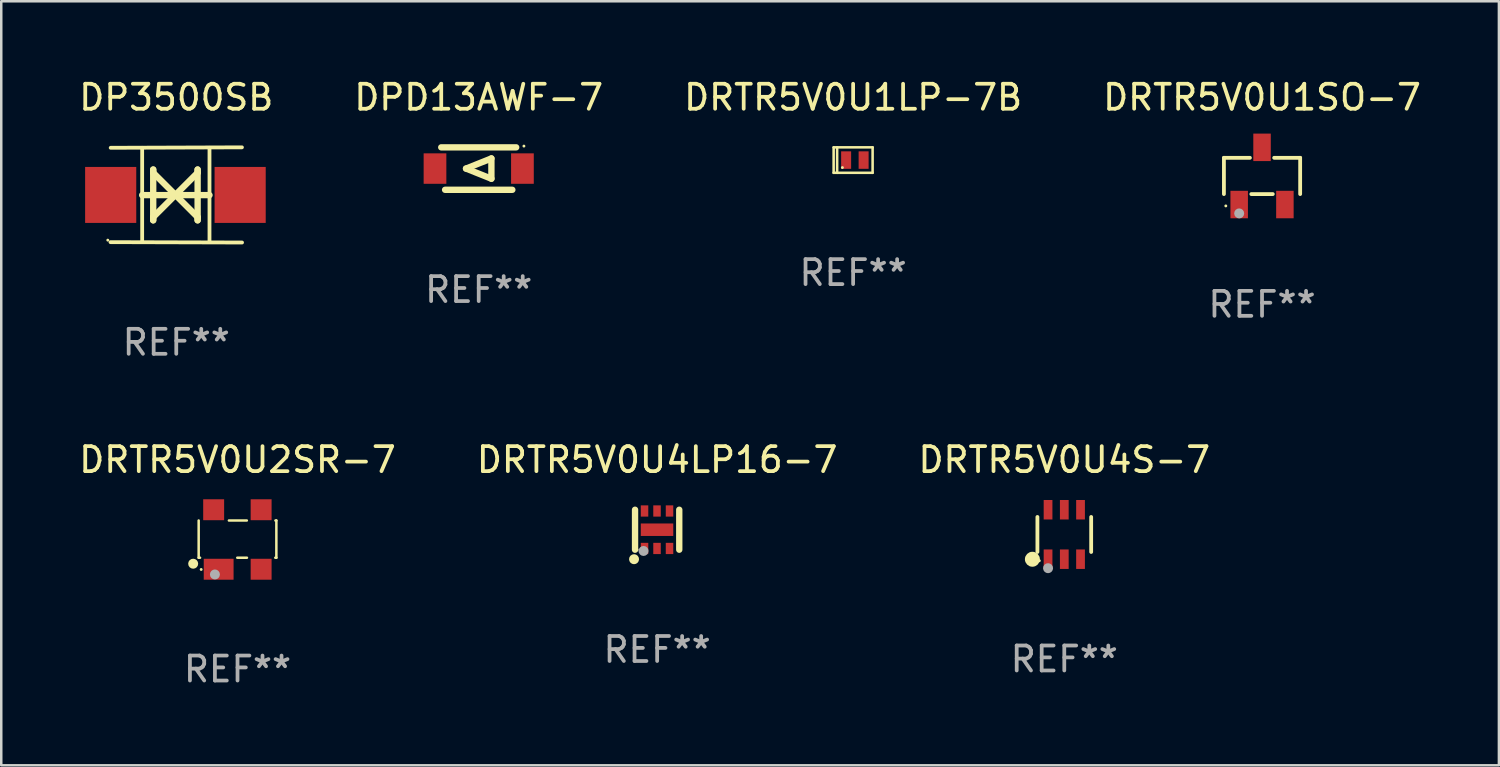
<source format=kicad_pcb>
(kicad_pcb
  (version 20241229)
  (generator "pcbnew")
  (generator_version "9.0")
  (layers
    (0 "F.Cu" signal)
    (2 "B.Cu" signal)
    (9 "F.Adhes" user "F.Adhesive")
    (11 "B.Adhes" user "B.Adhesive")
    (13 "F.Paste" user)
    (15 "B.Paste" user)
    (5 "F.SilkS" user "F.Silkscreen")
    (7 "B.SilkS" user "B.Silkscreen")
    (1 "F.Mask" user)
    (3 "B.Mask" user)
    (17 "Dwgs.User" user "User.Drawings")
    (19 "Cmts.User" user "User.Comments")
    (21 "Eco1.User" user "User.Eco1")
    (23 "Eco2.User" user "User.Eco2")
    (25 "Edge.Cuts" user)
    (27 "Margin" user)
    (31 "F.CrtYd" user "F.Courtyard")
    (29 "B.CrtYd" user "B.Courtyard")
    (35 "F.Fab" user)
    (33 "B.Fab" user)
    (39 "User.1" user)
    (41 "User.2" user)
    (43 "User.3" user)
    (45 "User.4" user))
  (footprint "DRTR5V0U4S-7"
    (layer "F.Cu")
    (at 39.554 18.345)
    (property "Reference" "DRTR5V0U4S-7" (at 0 -2.99 0) (layer "F.SilkS") (effects (font (size 1 1) (thickness 0.15))))
    (attr through_hole)
    (fp_line (start -1.076 0.701) (end -1.076 -0.701) (stroke (width 0.152) (type solid)) (layer "F.SilkS"))
    (fp_line (start 1.076 0.701) (end 1.076 -0.701) (stroke (width 0.152) (type solid)) (layer "F.SilkS"))
    (fp_circle (center -1.277 0.992) (end -1.127 0.992) (stroke (width 0.3) (type solid)) (fill no) (layer "F.SilkS"))
    (fp_circle (center -1 1.05) (end -0.97 1.05) (stroke (width 0.06) (type solid)) (fill no) (layer "F.SilkS"))
    (fp_circle (center -0.65 1.35) (end -0.55 1.35) (stroke (width 0.2) (type solid)) (fill no) (layer "F.Fab"))
    (fp_text user "REF**" (at 0 4.99 0) (layer "F.Fab") (effects (font (size 1 1) (thickness 0.15))))
    (pad "1" smd rect (at -0.65 0.99) (size 0.35 0.78) (layers "F.Cu" "F.Mask" "F.Paste"))
    (pad "2" smd rect (at 0 0.99) (size 0.35 0.78) (layers "F.Cu" "F.Mask" "F.Paste"))
    (pad "3" smd rect (at 0.65 0.99) (size 0.35 0.78) (layers "F.Cu" "F.Mask" "F.Paste"))
    (pad "4" smd rect (at 0.65 -0.99) (size 0.35 0.78) (layers "F.Cu" "F.Mask" "F.Paste"))
    (pad "5" smd rect (at 0 -0.99) (size 0.35 0.78) (layers "F.Cu" "F.Mask" "F.Paste"))
    (pad "6" smd rect (at -0.65 -0.99) (size 0.35 0.78) (layers "F.Cu" "F.Mask" "F.Paste")))
  (footprint "DRTR5V0U1SO-7"
    (layer "F.Cu")
    (at 47.47 3.993)
    (property "Reference" "DRTR5V0U1SO-7" (at 0 -3.145 0) (layer "F.SilkS") (effects (font (size 1 1) (thickness 0.15))))
    (attr through_hole)
    (fp_line (start -1.526 -0.726) (end -0.485 -0.726) (stroke (width 0.152) (type solid)) (layer "F.SilkS"))
    (fp_line (start -1.526 0.726) (end -1.526 -0.726) (stroke (width 0.152) (type solid)) (layer "F.SilkS"))
    (fp_line (start 0.43 0.726) (end -0.43 0.726) (stroke (width 0.152) (type solid)) (layer "F.SilkS"))
    (fp_line (start 1.526 -0.726) (end 0.485 -0.726) (stroke (width 0.152) (type solid)) (layer "F.SilkS"))
    (fp_line (start 1.526 0.726) (end 1.526 -0.726) (stroke (width 0.152) (type solid)) (layer "F.SilkS"))
    (fp_circle (center -1.45 1.2) (end -1.42 1.2) (stroke (width 0.06) (type solid)) (fill no) (layer "F.SilkS"))
    (fp_circle (center -0.915 1.5) (end -0.815 1.5) (stroke (width 0.2) (type solid)) (fill no) (layer "F.Fab"))
    (fp_text user "REF**" (at 0 5.145 0) (layer "F.Fab") (effects (font (size 1 1) (thickness 0.15))))
    (pad "1" smd rect (at -0.915 1.145) (size 0.7 1.1) (layers "F.Cu" "F.Mask" "F.Paste"))
    (pad "2" smd rect (at 0.915 1.145) (size 0.7 1.1) (layers "F.Cu" "F.Mask" "F.Paste"))
    (pad "3" smd rect (at 0.000127 -1.145) (size 0.7 1.1) (layers "F.Cu" "F.Mask" "F.Paste")))
  (footprint "DRTR5V0U4LP16-7"
    (layer "F.Cu")
    (at 23.256 18.155)
    (property "Reference" "DRTR5V0U4LP16-7" (at 0 -2.8 0) (layer "F.SilkS") (effects (font (size 1 1) (thickness 0.15))))
    (attr through_hole)
    (fp_line (start -0.885 0.8) (end -0.885 -0.8) (stroke (width 0.254) (type solid)) (layer "F.SilkS"))
    (fp_line (start 0.885 0.8) (end 0.885 -0.8) (stroke (width 0.254) (type solid)) (layer "F.SilkS"))
    (fp_circle (center -0.925 1.18) (end -0.825 1.18) (stroke (width 0.2) (type solid)) (fill no) (layer "F.SilkS"))
    (fp_circle (center -0.805 0.8) (end -0.775 0.8) (stroke (width 0.06) (type solid)) (fill no) (layer "F.SilkS"))
    (fp_circle (center -0.545 0.85) (end -0.445 0.85) (stroke (width 0.2) (type solid)) (fill no) (layer "F.Fab"))
    (fp_text user "REF**" (at 0 4.8 0) (layer "F.Fab") (effects (font (size 1 1) (thickness 0.15))))
    (pad "1" smd rect (at -0.505 0.75 90) (size 0.45 0.3) (layers "F.Cu" "F.Mask" "F.Paste"))
    (pad "2" smd rect (at -0.005 0.75 90) (size 0.45 0.3) (layers "F.Cu" "F.Mask" "F.Paste"))
    (pad "3" smd rect (at 0.495 0.75 90) (size 0.45 0.3) (layers "F.Cu" "F.Mask" "F.Paste"))
    (pad "4" smd rect (at 0.495 -0.75 90) (size 0.45 0.3) (layers "F.Cu" "F.Mask" "F.Paste"))
    (pad "5" smd rect (at -0.005 -0.75 90) (size 0.45 0.3) (layers "F.Cu" "F.Mask" "F.Paste"))
    (pad "6" smd rect (at -0.505 -0.75 90) (size 0.45 0.3) (layers "F.Cu" "F.Mask" "F.Paste"))
    (pad "7" smd rect (at -0.005 -0.000114 180) (size 1.3 0.5) (layers "F.Cu" "F.Mask" "F.Paste")))
  (footprint "DRTR5V0U1LP-7B"
    (layer "F.Cu")
    (at 31.101 3.358)
    (property "Reference" "DRTR5V0U1LP-7B" (at 0 -2.51 0) (layer "F.SilkS") (effects (font (size 1 1) (thickness 0.15))))
    (attr through_hole)
    (fp_line (start -0.78 -0.51) (end -0.78 0.51) (stroke (width 0.102) (type solid)) (layer "F.SilkS"))
    (fp_line (start -0.78 -0.51) (end 0.78 -0.51) (stroke (width 0.102) (type solid)) (layer "F.SilkS"))
    (fp_line (start -0.78 0.51) (end 0.78 0.51) (stroke (width 0.102) (type solid)) (layer "F.SilkS"))
    (fp_line (start -0.64 -0.51) (end -0.64 0.51) (stroke (width 0.102) (type solid)) (layer "F.SilkS"))
    (fp_line (start 0.78 -0.51) (end 0.78 0.51) (stroke (width 0.102) (type solid)) (layer "F.SilkS"))
    (fp_circle (center -0.43 0.3) (end -0.4 0.3) (stroke (width 0.06) (type solid)) (fill no) (layer "F.SilkS"))
    (fp_text user "REF**" (at 0 4.51 0) (layer "F.Fab") (effects (font (size 1 1) (thickness 0.15))))
    (pad "1" smd rect (at -0.28 0) (size 0.4 0.7) (layers "F.Cu" "F.Mask" "F.Paste"))
    (pad "2" smd rect (at 0.42 0) (size 0.4 0.7) (layers "F.Cu" "F.Mask" "F.Paste")))
  (footprint "DRTR5V0U2SR-7"
    (layer "F.Cu")
    (at 6.458 18.546)
    (property "Reference" "DRTR5V0U2SR-7" (at 0 -3.191 0) (layer "F.SilkS") (effects (font (size 1 1) (thickness 0.15))))
    (attr through_hole)
    (fp_line (start -1.555 0.73) (end -1.555 -0.76) (stroke (width 0.1) (type solid)) (layer "F.SilkS"))
    (fp_line (start -1.5 0.73) (end -1.555 0.73) (stroke (width 0.1) (type solid)) (layer "F.SilkS"))
    (fp_line (start -0.345 -0.76) (end 0.372 -0.76) (stroke (width 0.1) (type solid)) (layer "F.SilkS"))
    (fp_line (start 0.378 0.73) (end -0.01 0.73) (stroke (width 0.1) (type solid)) (layer "F.SilkS"))
    (fp_line (start 1.518 -0.76) (end 1.555 -0.76) (stroke (width 0.1) (type solid)) (layer "F.SilkS"))
    (fp_line (start 1.555 -0.76) (end 1.555 0.73) (stroke (width 0.1) (type solid)) (layer "F.SilkS"))
    (fp_line (start 1.555 0.73) (end 1.512 0.73) (stroke (width 0.1) (type solid)) (layer "F.SilkS"))
    (fp_circle (center -1.775 0.97) (end -1.675 0.97) (stroke (width 0.2) (type solid)) (fill no) (layer "F.SilkS"))
    (fp_circle (center -1.455 1.2) (end -1.425 1.2) (stroke (width 0.06) (type solid)) (fill no) (layer "F.SilkS"))
    (fp_circle (center -0.905 1.4) (end -0.805 1.4) (stroke (width 0.2) (type solid)) (fill no) (layer "F.Fab"))
    (fp_text user "REF**" (at 0 5.191 0) (layer "F.Fab") (effects (font (size 1 1) (thickness 0.15))))
    (pad "1" smd rect (at -0.755 1.191) (size 1.194 0.838) (layers "F.Cu" "F.Mask" "F.Paste"))
    (pad "2" smd rect (at 0.945 1.191) (size 0.838 0.838) (layers "F.Cu" "F.Mask" "F.Paste"))
    (pad "3" smd rect (at 0.945 -1.191) (size 0.838 0.838) (layers "F.Cu" "F.Mask" "F.Paste"))
    (pad "4" smd rect (at -0.955 -1.191) (size 0.838 0.838) (layers "F.Cu" "F.Mask" "F.Paste")))
  (footprint "DP3500SB"
    (layer "F.Cu")
    (at 4.006 4.753)
    (property "Reference" "DP3500SB" (at 0 -3.905 0) (layer "F.SilkS") (effects (font (size 1 1) (thickness 0.15))))
    (attr through_hole)
    (fp_line (start -1.365 1.886) (end -1.365 -1.886) (stroke (width 0.152) (type solid)) (layer "F.SilkS"))
    (fp_line (start -1.365 0.008) (end 1.33 0.008) (stroke (width 0.254) (type solid)) (layer "F.SilkS"))
    (fp_line (start -0.923 -1.016) (end -0.923 1.016) (stroke (width 0.254) (type solid)) (layer "F.SilkS"))
    (fp_line (start -0.923 -0.889) (end -0.923 -1.016) (stroke (width 0.254) (type solid)) (layer "F.SilkS"))
    (fp_line (start -0.923 0.889) (end -0.034 0) (stroke (width 0.254) (type solid)) (layer "F.SilkS"))
    (fp_line (start -0.923 1.016) (end -0.923 0.889) (stroke (width 0.254) (type solid)) (layer "F.SilkS"))
    (fp_line (start -0.034 0) (end -0.923 -0.889) (stroke (width 0.254) (type solid)) (layer "F.SilkS"))
    (fp_line (start -0.034 0) (end 0.855 0.889) (stroke (width 0.254) (type solid)) (layer "F.SilkS"))
    (fp_line (start 0.855 -1.016) (end 0.855 -0.889) (stroke (width 0.254) (type solid)) (layer "F.SilkS"))
    (fp_line (start 0.855 -0.889) (end -0.034 0) (stroke (width 0.254) (type solid)) (layer "F.SilkS"))
    (fp_line (start 0.855 0.889) (end 0.855 1.016) (stroke (width 0.254) (type solid)) (layer "F.SilkS"))
    (fp_line (start 0.855 1.016) (end 0.855 -1.016) (stroke (width 0.254) (type solid)) (layer "F.SilkS"))
    (fp_line (start 1.33 1.886) (end 1.33 -1.886) (stroke (width 0.152) (type solid)) (layer "F.SilkS"))
    (fp_line (start 2.629 -1.905) (end -2.625 -1.887) (stroke (width 0.152) (type solid)) (layer "F.SilkS"))
    (fp_line (start 2.633 1.905) (end -2.633 1.89) (stroke (width 0.152) (type solid)) (layer "F.SilkS"))
    (fp_circle (center -2.741 1.81) (end -2.711 1.81) (stroke (width 0.06) (type solid)) (fill no) (layer "F.SilkS"))
    (fp_text user "REF**" (at 0 5.905 0) (layer "F.Fab") (effects (font (size 1 1) (thickness 0.15))))
    (pad "1" smd rect (at -2.625 0) (size 2.047 2.241) (layers "F.Cu" "F.Mask" "F.Paste"))
    (pad "2" smd rect (at 2.557 0) (size 2.047 2.241) (layers "F.Cu" "F.Mask" "F.Paste")))
  (footprint "DPD13AWF-7"
    (layer "F.Cu")
    (at 16.113 3.698)
    (property "Reference" "DPD13AWF-7" (at 0 -2.85 0) (layer "F.SilkS") (effects (font (size 1 1) (thickness 0.15))))
    (attr through_hole)
    (fp_line (start -1.5 -0.85) (end 1.5 -0.85) (stroke (width 0.254) (type solid)) (layer "F.SilkS"))
    (fp_line (start -0.508 0) (end 0.508 -0.406) (stroke (width 0.254) (type solid)) (layer "F.SilkS"))
    (fp_line (start 0.508 -0.406) (end 0.508 0.406) (stroke (width 0.254) (type solid)) (layer "F.SilkS"))
    (fp_line (start 0.508 0.406) (end -0.508 0) (stroke (width 0.254) (type solid)) (layer "F.SilkS"))
    (fp_line (start 1.346 0.85) (end -1.346 0.85) (stroke (width 0.254) (type solid)) (layer "F.SilkS"))
    (fp_circle (center 1.81 -0.9) (end 1.84 -0.9) (stroke (width 0.06) (type solid)) (fill no) (layer "F.SilkS"))
    (fp_text user "REF**" (at 0 4.85 0) (layer "F.Fab") (effects (font (size 1 1) (thickness 0.15))))
    (pad "1" smd rect (at 1.75 0) (size 0.909 1.219) (layers "F.Cu" "F.Mask" "F.Paste"))
    (pad "2" smd rect (at -1.75 0) (size 0.909 1.219) (layers "F.Cu" "F.Mask" "F.Paste")))
  (gr_rect
    (start -3 -3)
    (end 56.952 27.586)
    (stroke (width 0.1) (type default))
    (fill no)
    (layer "Edge.Cuts")))
</source>
